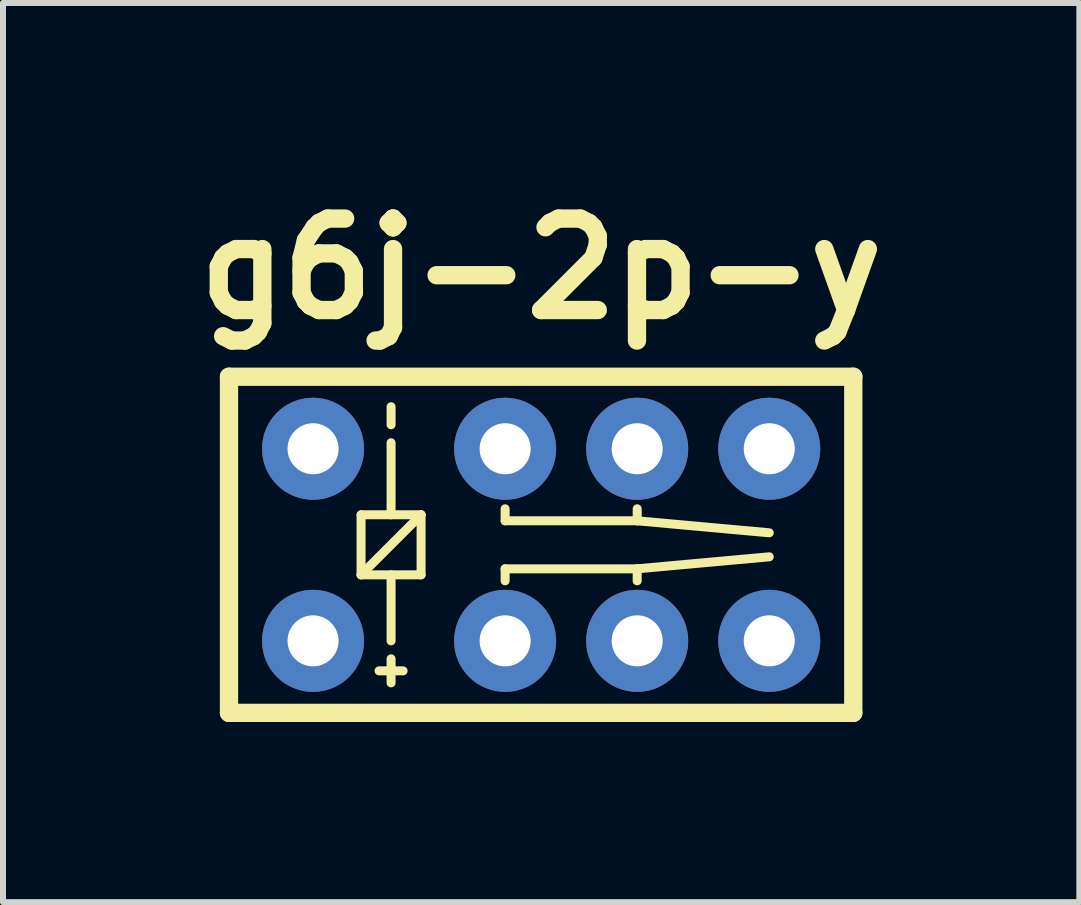
<source format=kicad_pcb>
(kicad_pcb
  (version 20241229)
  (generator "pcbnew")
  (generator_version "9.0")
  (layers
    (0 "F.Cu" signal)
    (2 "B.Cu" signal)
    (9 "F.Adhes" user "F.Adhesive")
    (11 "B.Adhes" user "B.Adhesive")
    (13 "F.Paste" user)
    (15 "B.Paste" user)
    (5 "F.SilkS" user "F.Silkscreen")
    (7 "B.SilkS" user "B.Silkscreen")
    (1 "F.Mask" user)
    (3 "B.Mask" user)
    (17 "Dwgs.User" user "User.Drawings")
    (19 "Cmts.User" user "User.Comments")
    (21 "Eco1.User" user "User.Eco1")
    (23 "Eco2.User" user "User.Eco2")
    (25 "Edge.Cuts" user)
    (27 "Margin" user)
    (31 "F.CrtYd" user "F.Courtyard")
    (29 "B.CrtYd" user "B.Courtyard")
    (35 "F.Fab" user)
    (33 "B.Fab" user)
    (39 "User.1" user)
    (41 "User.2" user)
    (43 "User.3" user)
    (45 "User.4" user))
  (footprint "g6j-2p-y"
    (layer "F.Cu")
    (at 5.365 6.026)
    (property "Reference" "g6j-2p-y" (at 0.6 -4.6 0) (layer "F.SilkS") (effects (font (size 1.524 1.524) (thickness 0.305))))
    (attr through_hole)
    (fp_line (start -4.6 -2.8) (end 5.8 -2.8) (stroke (width 0.305) (type solid)) (layer "F.SilkS"))
    (fp_line (start -4.6 2.8) (end -4.6 -2.8) (stroke (width 0.305) (type solid)) (layer "F.SilkS"))
    (fp_line (start -2.4 -0.5) (end -1.4 -0.5) (stroke (width 0.15) (type solid)) (layer "F.SilkS"))
    (fp_line (start -2.4 0.5) (end -2.4 -0.5) (stroke (width 0.15) (type solid)) (layer "F.SilkS"))
    (fp_line (start -2.1 2.1) (end -1.7 2.1) (stroke (width 0.15) (type solid)) (layer "F.SilkS"))
    (fp_line (start -1.9 -2.3) (end -1.9 -2) (stroke (width 0.15) (type solid)) (layer "F.SilkS"))
    (fp_line (start -1.9 -0.5) (end -1.9 -1.7) (stroke (width 0.15) (type solid)) (layer "F.SilkS"))
    (fp_line (start -1.9 0.5) (end -1.9 1.6) (stroke (width 0.15) (type solid)) (layer "F.SilkS"))
    (fp_line (start -1.9 2.3) (end -1.9 1.9) (stroke (width 0.15) (type solid)) (layer "F.SilkS"))
    (fp_line (start -1.4 -0.5) (end -2.4 0.5) (stroke (width 0.15) (type solid)) (layer "F.SilkS"))
    (fp_line (start -1.4 -0.5) (end -1.4 0.5) (stroke (width 0.15) (type solid)) (layer "F.SilkS"))
    (fp_line (start -1.4 0.5) (end -2.4 0.5) (stroke (width 0.15) (type solid)) (layer "F.SilkS"))
    (fp_line (start 0 -0.4) (end 0 -0.6) (stroke (width 0.15) (type solid)) (layer "F.SilkS"))
    (fp_line (start 0 -0.4) (end 2.2 -0.4) (stroke (width 0.15) (type solid)) (layer "F.SilkS"))
    (fp_line (start 0 0.4) (end 0 0.6) (stroke (width 0.15) (type solid)) (layer "F.SilkS"))
    (fp_line (start 0 0.4) (end 2.2 0.4) (stroke (width 0.15) (type solid)) (layer "F.SilkS"))
    (fp_line (start 2.2 -0.4) (end 2.2 -0.6) (stroke (width 0.15) (type solid)) (layer "F.SilkS"))
    (fp_line (start 2.2 -0.4) (end 4.4 -0.2) (stroke (width 0.15) (type solid)) (layer "F.SilkS"))
    (fp_line (start 2.2 0.4) (end 2.2 0.6) (stroke (width 0.15) (type solid)) (layer "F.SilkS"))
    (fp_line (start 2.2 0.4) (end 4.4 0.2) (stroke (width 0.15) (type solid)) (layer "F.SilkS"))
    (fp_line (start 5.8 -2.8) (end 5.8 2.8) (stroke (width 0.305) (type solid)) (layer "F.SilkS"))
    (fp_line (start 5.8 2.8) (end -4.6 2.8) (stroke (width 0.305) (type solid)) (layer "F.SilkS"))
    (pad "1" thru_hole circle (at -3.2 1.6) (size 1.7 1.7) (drill 0.85) (layers "*.Cu" "*.Mask"))
    (pad "2" thru_hole circle (at 0 1.6) (size 1.7 1.7) (drill 0.85) (layers "*.Cu" "*.Mask"))
    (pad "3" thru_hole circle (at 2.2 1.6) (size 1.7 1.7) (drill 0.85) (layers "*.Cu" "*.Mask"))
    (pad "4" thru_hole circle (at 4.4 1.6) (size 1.7 1.7) (drill 0.85) (layers "*.Cu" "*.Mask"))
    (pad "5" thru_hole circle (at 4.4 -1.6) (size 1.7 1.7) (drill 0.85) (layers "*.Cu" "*.Mask"))
    (pad "6" thru_hole circle (at 2.2 -1.6 90) (size 1.7 1.7) (drill 0.85) (layers "*.Cu" "*.Mask"))
    (pad "7" thru_hole circle (at 0 -1.6) (size 1.7 1.7) (drill 0.85) (layers "*.Cu" "*.Mask"))
    (pad "8" thru_hole circle (at -3.2 -1.6) (size 1.7 1.7) (drill 0.85) (layers "*.Cu" "*.Mask")))
  (gr_rect
    (start -3 -3)
    (end 14.931 11.979)
    (stroke (width 0.1) (type default))
    (fill no)
    (layer "Edge.Cuts")))
</source>
